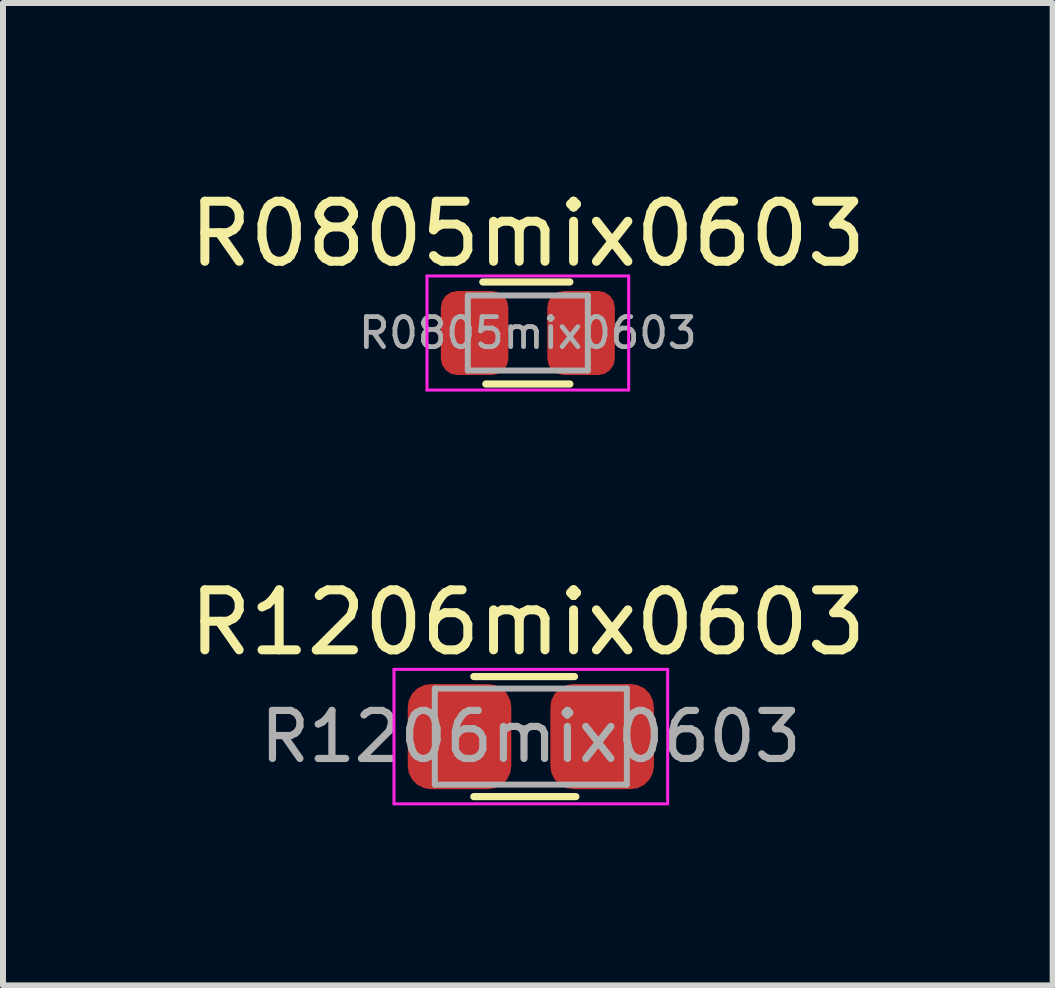
<source format=kicad_pcb>
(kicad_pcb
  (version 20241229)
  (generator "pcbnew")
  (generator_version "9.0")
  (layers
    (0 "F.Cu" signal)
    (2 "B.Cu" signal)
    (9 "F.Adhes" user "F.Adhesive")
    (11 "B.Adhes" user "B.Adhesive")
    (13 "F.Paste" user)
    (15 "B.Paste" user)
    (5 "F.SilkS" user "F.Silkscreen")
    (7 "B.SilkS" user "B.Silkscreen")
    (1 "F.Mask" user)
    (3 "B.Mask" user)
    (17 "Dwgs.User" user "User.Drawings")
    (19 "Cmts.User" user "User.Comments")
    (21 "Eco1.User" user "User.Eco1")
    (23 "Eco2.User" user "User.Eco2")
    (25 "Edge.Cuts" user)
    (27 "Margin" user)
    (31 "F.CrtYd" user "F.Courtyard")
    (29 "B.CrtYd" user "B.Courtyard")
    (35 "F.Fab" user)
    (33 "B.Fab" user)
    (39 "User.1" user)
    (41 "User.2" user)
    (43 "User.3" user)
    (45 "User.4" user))
  (footprint "R0805mix0603"
    (layer "F.Cu")
    (at 5.744 2.498)
    (property "Reference" "R0805mix0603" (at 0 -1.65 0) (layer "F.SilkS") (effects (font (size 1 1) (thickness 0.15))))
    (attr smd)
    (fp_line (start -0.75 -0.85) (end 0.7 -0.85) (stroke (width 0.12) (type solid)) (layer "F.SilkS"))
    (fp_line (start -0.7 0.85) (end 0.7 0.85) (stroke (width 0.12) (type solid)) (layer "F.SilkS"))
    (fp_line (start -1.68 -0.95) (end 1.68 -0.95) (stroke (width 0.05) (type solid)) (layer "F.CrtYd"))
    (fp_line (start -1.68 0.95) (end -1.68 -0.95) (stroke (width 0.05) (type solid)) (layer "F.CrtYd"))
    (fp_line (start 1.68 -0.95) (end 1.68 0.95) (stroke (width 0.05) (type solid)) (layer "F.CrtYd"))
    (fp_line (start 1.68 0.95) (end -1.68 0.95) (stroke (width 0.05) (type solid)) (layer "F.CrtYd"))
    (fp_line (start -1 -0.625) (end 1 -0.625) (stroke (width 0.1) (type solid)) (layer "F.Fab"))
    (fp_line (start -1 0.625) (end -1 -0.625) (stroke (width 0.1) (type solid)) (layer "F.Fab"))
    (fp_line (start 1 -0.625) (end 1 0.625) (stroke (width 0.1) (type solid)) (layer "F.Fab"))
    (fp_line (start 1 0.625) (end -1 0.625) (stroke (width 0.1) (type solid)) (layer "F.Fab"))
    (fp_text user "${REFERENCE}" (at 0 0 0) (layer "F.Fab") (effects (font (size 0.5 0.5) (thickness 0.08))))
    (pad "1" smd roundrect (at -0.887 0) (size 1.125 1.4) (layers "F.Cu" "F.Mask" "F.Paste") (roundrect_rratio 0.244))
    (pad "2" smd roundrect (at 0.887 0) (size 1.125 1.4) (layers "F.Cu" "F.Mask" "F.Paste") (roundrect_rratio 0.244)))
  (footprint "R1206mix0603"
    (layer "F.Cu")
    (at 5.794 9.222)
    (property "Reference" "R1206mix0603" (at -0.05 -1.9 0) (layer "F.SilkS") (effects (font (size 1 1) (thickness 0.15))))
    (attr smd)
    (fp_line (start -0.95 -1) (end 0.727 -1) (stroke (width 0.12) (type solid)) (layer "F.SilkS"))
    (fp_line (start -0.95 1) (end 0.75 1) (stroke (width 0.12) (type solid)) (layer "F.SilkS"))
    (fp_line (start -2.28 -1.12) (end 2.28 -1.12) (stroke (width 0.05) (type solid)) (layer "F.CrtYd"))
    (fp_line (start -2.28 1.12) (end -2.28 -1.12) (stroke (width 0.05) (type solid)) (layer "F.CrtYd"))
    (fp_line (start 2.28 -1.12) (end 2.28 1.12) (stroke (width 0.05) (type solid)) (layer "F.CrtYd"))
    (fp_line (start 2.28 1.12) (end -2.28 1.12) (stroke (width 0.05) (type solid)) (layer "F.CrtYd"))
    (fp_line (start -1.6 -0.8) (end 1.6 -0.8) (stroke (width 0.1) (type solid)) (layer "F.Fab"))
    (fp_line (start -1.6 0.8) (end -1.6 -0.8) (stroke (width 0.1) (type solid)) (layer "F.Fab"))
    (fp_line (start 1.6 -0.8) (end 1.6 0.8) (stroke (width 0.1) (type solid)) (layer "F.Fab"))
    (fp_line (start 1.6 0.8) (end -1.6 0.8) (stroke (width 0.1) (type solid)) (layer "F.Fab"))
    (fp_text user "${REFERENCE}" (at 0 0 0) (layer "F.Fab") (effects (font (size 0.8 0.8) (thickness 0.12))))
    (pad "1" smd roundrect (at -1.188 0) (size 1.725 1.75) (layers "F.Cu" "F.Mask" "F.Paste") (roundrect_rratio 0.222))
    (pad "2" smd roundrect (at 1.188 0) (size 1.725 1.75) (layers "F.Cu" "F.Mask" "F.Paste") (roundrect_rratio 0.222)))
  (gr_rect
    (start -3 -3)
    (end 14.488 13.367)
    (stroke (width 0.1) (type default))
    (fill no)
    (layer "Edge.Cuts")))
</source>
